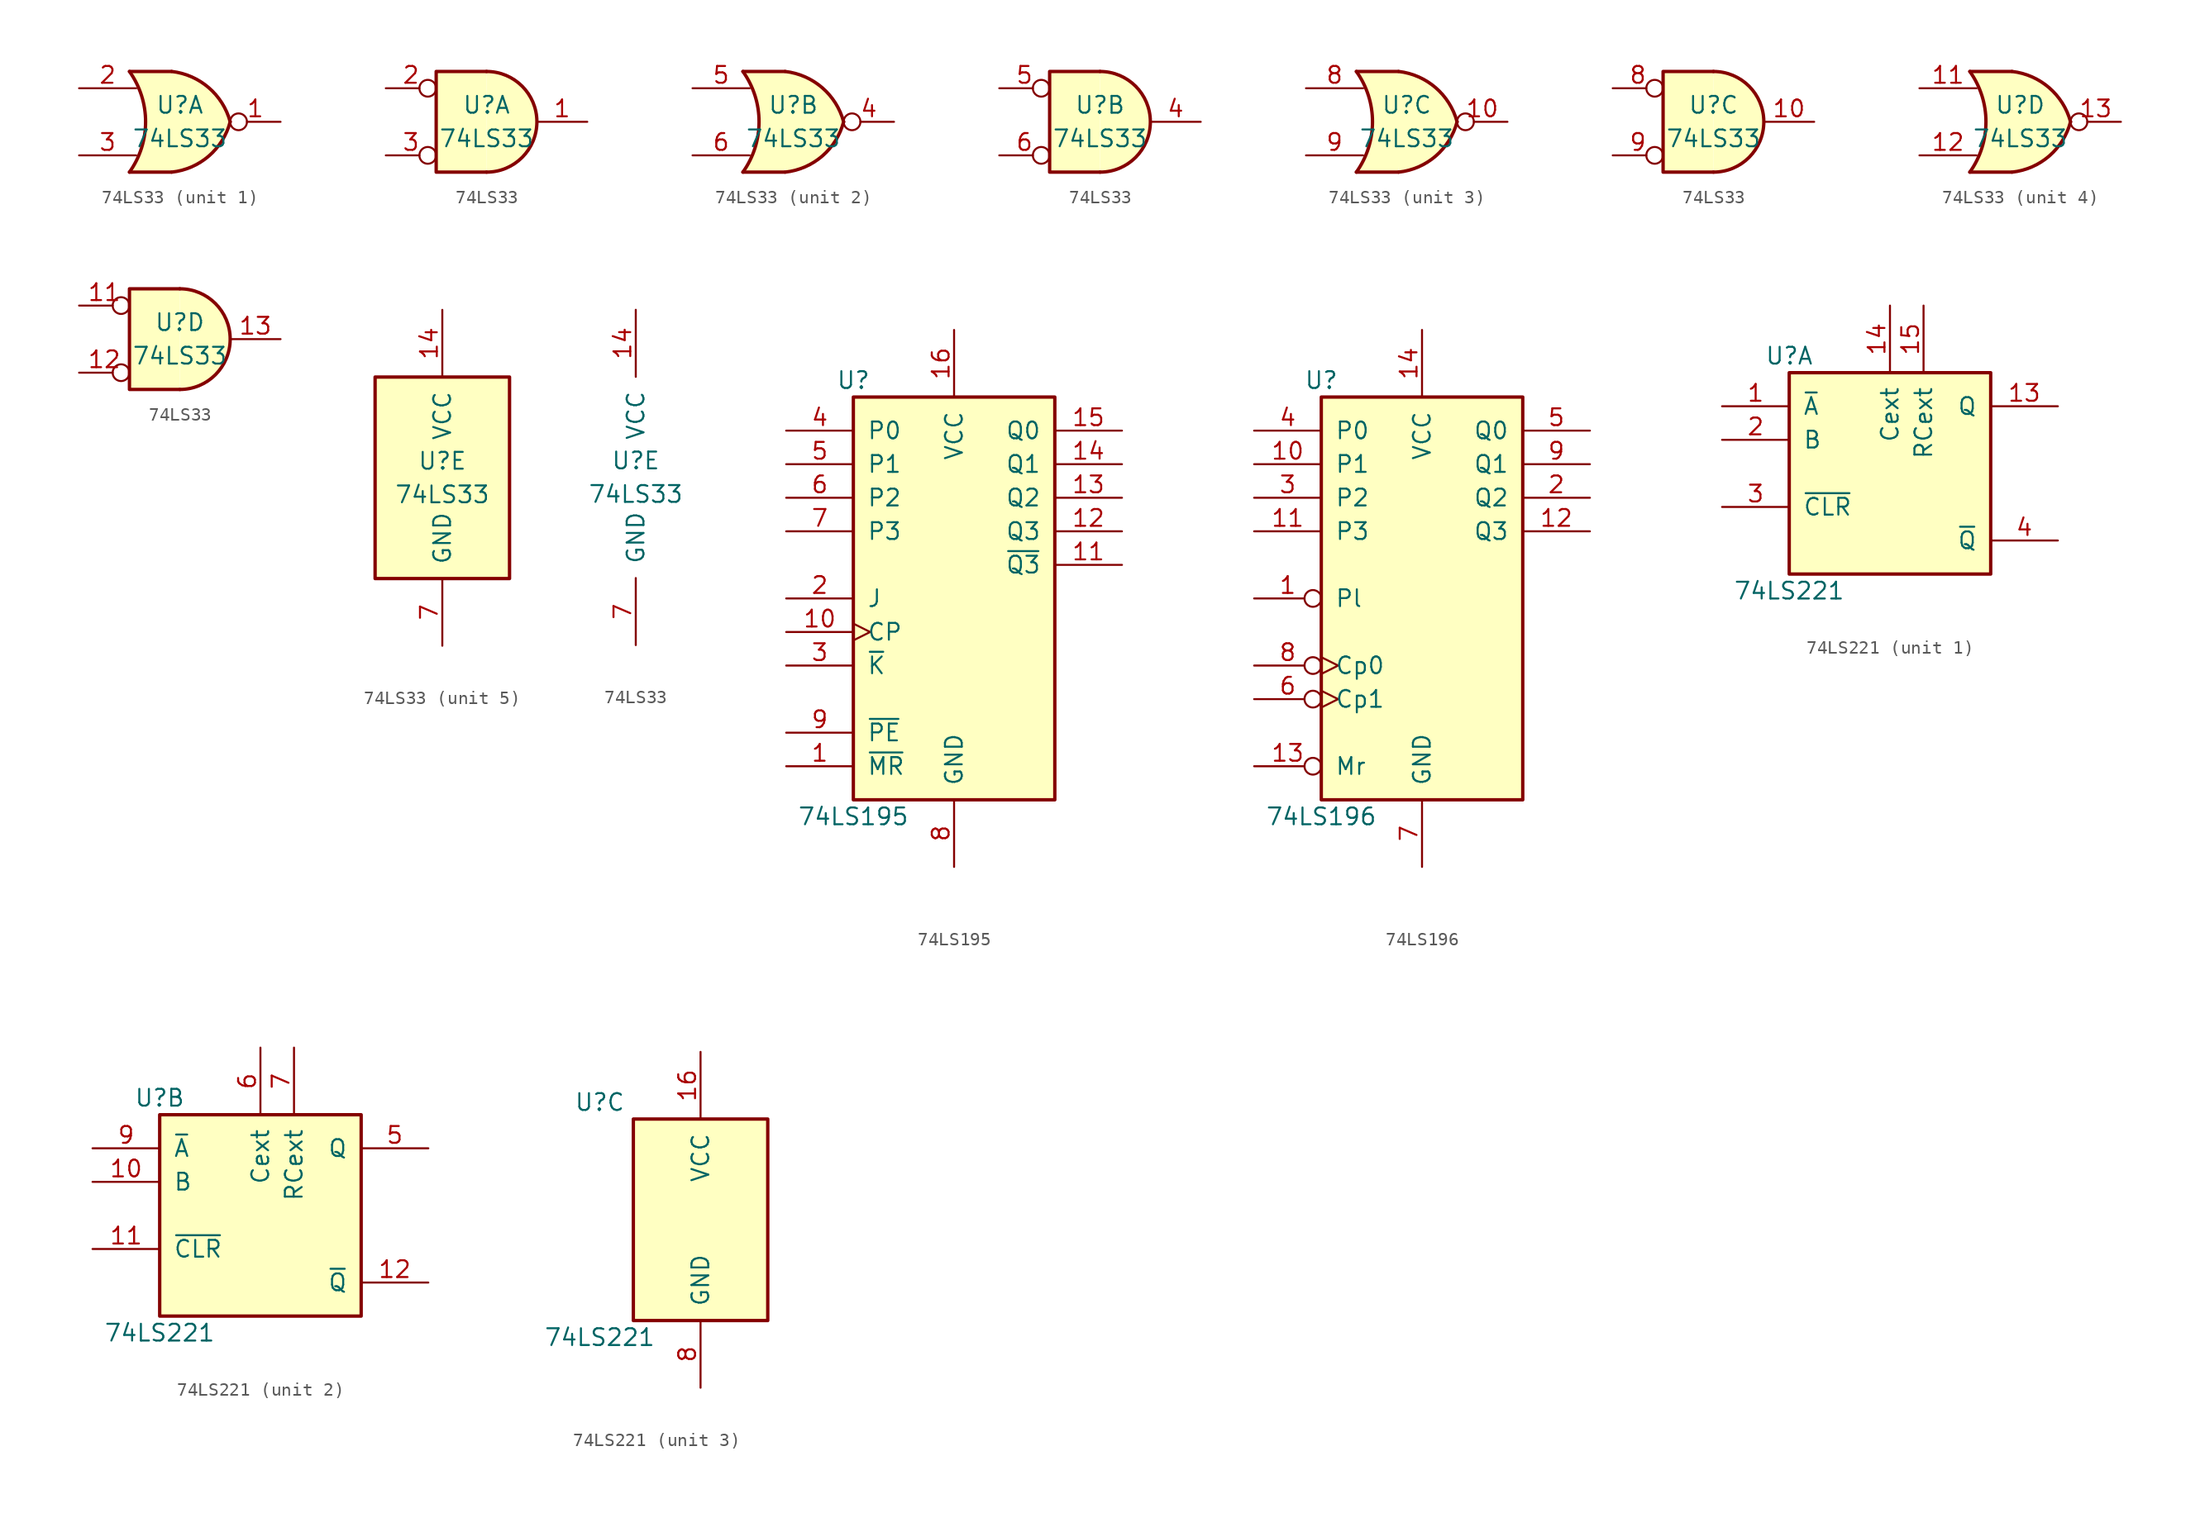
<source format=kicad_sym>
(kicad_symbol_lib
  (version 20201005)
  (generator kicad_symbol_editor)
  (symbol "74LS33"
    (pin_names
      (offset 1.016))
    (property "Reference" "U"
      (at 0 1.27 0)
      (effects (font (size 1.27 1.27))))
    (property "Value" "74LS33"
      (at 0 -1.27 0)
      (effects (font (size 1.27 1.27))))
    (property "ki_locked" ""
      (at 0 0 0)
      (effects (font (size 1.27 1.27))))
    (symbol "74LS33_1_1"
      (arc (start -3.81 3.81) (end -3.81 -3.81) (radius (at -9.144 0) (length 6.5532) (angles 35.4 -35.4)) (stroke (width 0.254)) (fill (type none)))
      (arc (start 3.81 0) (end -0.6096 3.81) (radius (at -1.1938 -1.3208) (length 5.1816) (angles 15 83.7)) (stroke (width 0.254)) (fill (type background)))
      (arc (start 3.81 0) (end -0.6096 -3.81) (radius (at -1.1938 1.3208) (length 5.1816) (angles -15 -83.7)) (stroke (width 0.254)) (fill (type background)))
      (polyline (pts (xy -3.81 -3.81) (xy -0.635 -3.81)) (stroke (width 0.254)) (fill (type background)))
      (polyline (pts (xy -3.81 3.81) (xy -0.635 3.81)) (stroke (width 0.254)) (fill (type background)))
      (polyline (pts (xy -0.635 3.81) (xy -3.81 3.81) (xy -3.81 3.81) (xy -3.556 3.404) (xy -3.023 2.261) (xy -2.692 1.041) (xy -2.616 -0.254) (xy -2.769 -1.499) (xy -3.175 -2.718) (xy -3.81 -3.81) (xy -3.81 -3.81) (xy -0.635 -3.81)) (stroke (width -25.4)) (fill (type background)))
      (pin open_collector inverted (at 7.62 0 180) (length 3.81) (name "~" (effects (font (size 1.27 1.27)))) (number "1" (effects (font (size 1.27 1.27)))))
      (pin input line (at -7.62 2.54 0) (length 4.318) (name "~" (effects (font (size 1.27 1.27)))) (number "2" (effects (font (size 1.27 1.27)))))
      (pin input line (at -7.62 -2.54 0) (length 4.318) (name "~" (effects (font (size 1.27 1.27)))) (number "3" (effects (font (size 1.27 1.27))))))
    (symbol "74LS33_1_2"
      (arc (start 0 -3.81) (end 0 3.81) (radius (at 0 0) (length 3.81) (angles -89.9 89.9)) (stroke (width 0.254)) (fill (type background)))
      (polyline (pts (xy 0 3.81) (xy -3.81 3.81) (xy -3.81 -3.81) (xy 0 -3.81)) (stroke (width 0.254)) (fill (type background)))
      (pin open_collector line (at 7.62 0 180) (length 3.81) (name "~" (effects (font (size 1.27 1.27)))) (number "1" (effects (font (size 1.27 1.27)))))
      (pin input inverted (at -7.62 2.54 0) (length 3.81) (name "~" (effects (font (size 1.27 1.27)))) (number "2" (effects (font (size 1.27 1.27)))))
      (pin input inverted (at -7.62 -2.54 0) (length 3.81) (name "~" (effects (font (size 1.27 1.27)))) (number "3" (effects (font (size 1.27 1.27))))))
    (symbol "74LS33_2_1"
      (arc (start -3.81 3.81) (end -3.81 -3.81) (radius (at -9.144 0) (length 6.5532) (angles 35.4 -35.4)) (stroke (width 0.254)) (fill (type none)))
      (arc (start 3.81 0) (end -0.6096 3.81) (radius (at -1.1938 -1.3208) (length 5.1816) (angles 15 83.7)) (stroke (width 0.254)) (fill (type background)))
      (arc (start 3.81 0) (end -0.6096 -3.81) (radius (at -1.1938 1.3208) (length 5.1816) (angles -15 -83.7)) (stroke (width 0.254)) (fill (type background)))
      (polyline (pts (xy -3.81 -3.81) (xy -0.635 -3.81)) (stroke (width 0.254)) (fill (type background)))
      (polyline (pts (xy -3.81 3.81) (xy -0.635 3.81)) (stroke (width 0.254)) (fill (type background)))
      (polyline (pts (xy -0.635 3.81) (xy -3.81 3.81) (xy -3.81 3.81) (xy -3.556 3.404) (xy -3.023 2.261) (xy -2.692 1.041) (xy -2.616 -0.254) (xy -2.769 -1.499) (xy -3.175 -2.718) (xy -3.81 -3.81) (xy -3.81 -3.81) (xy -0.635 -3.81)) (stroke (width -25.4)) (fill (type background)))
      (pin open_collector inverted (at 7.62 0 180) (length 3.81) (name "~" (effects (font (size 1.27 1.27)))) (number "4" (effects (font (size 1.27 1.27)))))
      (pin input line (at -7.62 2.54 0) (length 4.318) (name "~" (effects (font (size 1.27 1.27)))) (number "5" (effects (font (size 1.27 1.27)))))
      (pin input line (at -7.62 -2.54 0) (length 4.318) (name "~" (effects (font (size 1.27 1.27)))) (number "6" (effects (font (size 1.27 1.27))))))
    (symbol "74LS33_2_2"
      (arc (start 0 -3.81) (end 0 3.81) (radius (at 0 0) (length 3.81) (angles -89.9 89.9)) (stroke (width 0.254)) (fill (type background)))
      (polyline (pts (xy 0 3.81) (xy -3.81 3.81) (xy -3.81 -3.81) (xy 0 -3.81)) (stroke (width 0.254)) (fill (type background)))
      (pin open_collector line (at 7.62 0 180) (length 3.81) (name "~" (effects (font (size 1.27 1.27)))) (number "4" (effects (font (size 1.27 1.27)))))
      (pin input inverted (at -7.62 2.54 0) (length 3.81) (name "~" (effects (font (size 1.27 1.27)))) (number "5" (effects (font (size 1.27 1.27)))))
      (pin input inverted (at -7.62 -2.54 0) (length 3.81) (name "~" (effects (font (size 1.27 1.27)))) (number "6" (effects (font (size 1.27 1.27))))))
    (symbol "74LS33_3_1"
      (arc (start -3.81 3.81) (end -3.81 -3.81) (radius (at -9.144 0) (length 6.5532) (angles 35.4 -35.4)) (stroke (width 0.254)) (fill (type none)))
      (arc (start 3.81 0) (end -0.6096 3.81) (radius (at -1.1938 -1.3208) (length 5.1816) (angles 15 83.7)) (stroke (width 0.254)) (fill (type background)))
      (arc (start 3.81 0) (end -0.6096 -3.81) (radius (at -1.1938 1.3208) (length 5.1816) (angles -15 -83.7)) (stroke (width 0.254)) (fill (type background)))
      (polyline (pts (xy -3.81 -3.81) (xy -0.635 -3.81)) (stroke (width 0.254)) (fill (type background)))
      (polyline (pts (xy -3.81 3.81) (xy -0.635 3.81)) (stroke (width 0.254)) (fill (type background)))
      (polyline (pts (xy -0.635 3.81) (xy -3.81 3.81) (xy -3.81 3.81) (xy -3.556 3.404) (xy -3.023 2.261) (xy -2.692 1.041) (xy -2.616 -0.254) (xy -2.769 -1.499) (xy -3.175 -2.718) (xy -3.81 -3.81) (xy -3.81 -3.81) (xy -0.635 -3.81)) (stroke (width -25.4)) (fill (type background)))
      (pin open_collector inverted (at 7.62 0 180) (length 3.81) (name "~" (effects (font (size 1.27 1.27)))) (number "10" (effects (font (size 1.27 1.27)))))
      (pin input line (at -7.62 2.54 0) (length 4.318) (name "~" (effects (font (size 1.27 1.27)))) (number "8" (effects (font (size 1.27 1.27)))))
      (pin input line (at -7.62 -2.54 0) (length 4.318) (name "~" (effects (font (size 1.27 1.27)))) (number "9" (effects (font (size 1.27 1.27))))))
    (symbol "74LS33_3_2"
      (arc (start 0 -3.81) (end 0 3.81) (radius (at 0 0) (length 3.81) (angles -89.9 89.9)) (stroke (width 0.254)) (fill (type background)))
      (polyline (pts (xy 0 3.81) (xy -3.81 3.81) (xy -3.81 -3.81) (xy 0 -3.81)) (stroke (width 0.254)) (fill (type background)))
      (pin open_collector line (at 7.62 0 180) (length 3.81) (name "~" (effects (font (size 1.27 1.27)))) (number "10" (effects (font (size 1.27 1.27)))))
      (pin input inverted (at -7.62 2.54 0) (length 3.81) (name "~" (effects (font (size 1.27 1.27)))) (number "8" (effects (font (size 1.27 1.27)))))
      (pin input inverted (at -7.62 -2.54 0) (length 3.81) (name "~" (effects (font (size 1.27 1.27)))) (number "9" (effects (font (size 1.27 1.27))))))
    (symbol "74LS33_4_1"
      (arc (start -3.81 3.81) (end -3.81 -3.81) (radius (at -9.144 0) (length 6.5532) (angles 35.4 -35.4)) (stroke (width 0.254)) (fill (type none)))
      (arc (start 3.81 0) (end -0.6096 3.81) (radius (at -1.1938 -1.3208) (length 5.1816) (angles 15 83.7)) (stroke (width 0.254)) (fill (type background)))
      (arc (start 3.81 0) (end -0.6096 -3.81) (radius (at -1.1938 1.3208) (length 5.1816) (angles -15 -83.7)) (stroke (width 0.254)) (fill (type background)))
      (polyline (pts (xy -3.81 -3.81) (xy -0.635 -3.81)) (stroke (width 0.254)) (fill (type background)))
      (polyline (pts (xy -3.81 3.81) (xy -0.635 3.81)) (stroke (width 0.254)) (fill (type background)))
      (polyline (pts (xy -0.635 3.81) (xy -3.81 3.81) (xy -3.81 3.81) (xy -3.556 3.404) (xy -3.023 2.261) (xy -2.692 1.041) (xy -2.616 -0.254) (xy -2.769 -1.499) (xy -3.175 -2.718) (xy -3.81 -3.81) (xy -3.81 -3.81) (xy -0.635 -3.81)) (stroke (width -25.4)) (fill (type background)))
      (pin input line (at -7.62 2.54 0) (length 4.318) (name "~" (effects (font (size 1.27 1.27)))) (number "11" (effects (font (size 1.27 1.27)))))
      (pin input line (at -7.62 -2.54 0) (length 4.318) (name "~" (effects (font (size 1.27 1.27)))) (number "12" (effects (font (size 1.27 1.27)))))
      (pin open_collector inverted (at 7.62 0 180) (length 3.81) (name "~" (effects (font (size 1.27 1.27)))) (number "13" (effects (font (size 1.27 1.27))))))
    (symbol "74LS33_4_2"
      (arc (start 0 -3.81) (end 0 3.81) (radius (at 0 0) (length 3.81) (angles -89.9 89.9)) (stroke (width 0.254)) (fill (type background)))
      (polyline (pts (xy 0 3.81) (xy -3.81 3.81) (xy -3.81 -3.81) (xy 0 -3.81)) (stroke (width 0.254)) (fill (type background)))
      (pin input inverted (at -7.62 2.54 0) (length 3.81) (name "~" (effects (font (size 1.27 1.27)))) (number "11" (effects (font (size 1.27 1.27)))))
      (pin input inverted (at -7.62 -2.54 0) (length 3.81) (name "~" (effects (font (size 1.27 1.27)))) (number "12" (effects (font (size 1.27 1.27)))))
      (pin open_collector line (at 7.62 0 180) (length 3.81) (name "~" (effects (font (size 1.27 1.27)))) (number "13" (effects (font (size 1.27 1.27))))))
    (symbol "74LS33_5_0"
      (pin power_in line (at 0 12.7 270) (length 5.08) (name "VCC" (effects (font (size 1.27 1.27)))) (number "14" (effects (font (size 1.27 1.27)))))
      (pin power_in line (at 0 -12.7 90) (length 5.08) (name "GND" (effects (font (size 1.27 1.27)))) (number "7" (effects (font (size 1.27 1.27))))))
    (symbol "74LS33_5_1"
      (rectangle (start -5.08 7.62) (end 5.08 -7.62) (stroke (width 0.254)) (fill (type background)))))
  (symbol "74LS195"
    (pin_names
      (offset 1.016))
    (property "Reference" "U"
      (at -7.62 16.51 0)
      (effects (font (size 1.27 1.27))))
    (property "Value" "74LS195"
      (at -7.62 -16.51 0)
      (effects (font (size 1.27 1.27))))
    (property "ki_locked" ""
      (at 0 0 0)
      (effects (font (size 1.27 1.27))))
    (symbol "74LS195_1_0"
      (pin input line (at -12.7 -12.7 0) (length 5.08) (name "~MR" (effects (font (size 1.27 1.27)))) (number "1" (effects (font (size 1.27 1.27)))))
      (pin input clock (at -12.7 -2.54 0) (length 5.08) (name "CP" (effects (font (size 1.27 1.27)))) (number "10" (effects (font (size 1.27 1.27)))))
      (pin output line (at 12.7 2.54 180) (length 5.08) (name "~Q3" (effects (font (size 1.27 1.27)))) (number "11" (effects (font (size 1.27 1.27)))))
      (pin output line (at 12.7 5.08 180) (length 5.08) (name "Q3" (effects (font (size 1.27 1.27)))) (number "12" (effects (font (size 1.27 1.27)))))
      (pin output line (at 12.7 7.62 180) (length 5.08) (name "Q2" (effects (font (size 1.27 1.27)))) (number "13" (effects (font (size 1.27 1.27)))))
      (pin output line (at 12.7 10.16 180) (length 5.08) (name "Q1" (effects (font (size 1.27 1.27)))) (number "14" (effects (font (size 1.27 1.27)))))
      (pin output line (at 12.7 12.7 180) (length 5.08) (name "Q0" (effects (font (size 1.27 1.27)))) (number "15" (effects (font (size 1.27 1.27)))))
      (pin power_in line (at 0 20.32 270) (length 5.08) (name "VCC" (effects (font (size 1.27 1.27)))) (number "16" (effects (font (size 1.27 1.27)))))
      (pin input line (at -12.7 0 0) (length 5.08) (name "J" (effects (font (size 1.27 1.27)))) (number "2" (effects (font (size 1.27 1.27)))))
      (pin input line (at -12.7 -5.08 0) (length 5.08) (name "~K" (effects (font (size 1.27 1.27)))) (number "3" (effects (font (size 1.27 1.27)))))
      (pin input line (at -12.7 12.7 0) (length 5.08) (name "P0" (effects (font (size 1.27 1.27)))) (number "4" (effects (font (size 1.27 1.27)))))
      (pin input line (at -12.7 10.16 0) (length 5.08) (name "P1" (effects (font (size 1.27 1.27)))) (number "5" (effects (font (size 1.27 1.27)))))
      (pin input line (at -12.7 7.62 0) (length 5.08) (name "P2" (effects (font (size 1.27 1.27)))) (number "6" (effects (font (size 1.27 1.27)))))
      (pin input line (at -12.7 5.08 0) (length 5.08) (name "P3" (effects (font (size 1.27 1.27)))) (number "7" (effects (font (size 1.27 1.27)))))
      (pin power_in line (at 0 -20.32 90) (length 5.08) (name "GND" (effects (font (size 1.27 1.27)))) (number "8" (effects (font (size 1.27 1.27)))))
      (pin input line (at -12.7 -10.16 0) (length 5.08) (name "~PE" (effects (font (size 1.27 1.27)))) (number "9" (effects (font (size 1.27 1.27))))))
    (symbol "74LS195_1_1"
      (rectangle (start -7.62 15.24) (end 7.62 -15.24) (stroke (width 0.254)) (fill (type background)))))
  (symbol "74LS196"
    (pin_names
      (offset 1.016))
    (property "Reference" "U"
      (at -7.62 16.51 0)
      (effects (font (size 1.27 1.27))))
    (property "Value" "74LS196"
      (at -7.62 -16.51 0)
      (effects (font (size 1.27 1.27))))
    (property "ki_locked" ""
      (at 0 0 0)
      (effects (font (size 1.27 1.27))))
    (symbol "74LS196_1_0"
      (pin input inverted (at -12.7 0 0) (length 5.08) (name "Pl" (effects (font (size 1.27 1.27)))) (number "1" (effects (font (size 1.27 1.27)))))
      (pin input line (at -12.7 10.16 0) (length 5.08) (name "P1" (effects (font (size 1.27 1.27)))) (number "10" (effects (font (size 1.27 1.27)))))
      (pin input line (at -12.7 5.08 0) (length 5.08) (name "P3" (effects (font (size 1.27 1.27)))) (number "11" (effects (font (size 1.27 1.27)))))
      (pin output line (at 12.7 5.08 180) (length 5.08) (name "Q3" (effects (font (size 1.27 1.27)))) (number "12" (effects (font (size 1.27 1.27)))))
      (pin input inverted (at -12.7 -12.7 0) (length 5.08) (name "Mr" (effects (font (size 1.27 1.27)))) (number "13" (effects (font (size 1.27 1.27)))))
      (pin power_in line (at 0 20.32 270) (length 5.08) (name "VCC" (effects (font (size 1.27 1.27)))) (number "14" (effects (font (size 1.27 1.27)))))
      (pin output line (at 12.7 7.62 180) (length 5.08) (name "Q2" (effects (font (size 1.27 1.27)))) (number "2" (effects (font (size 1.27 1.27)))))
      (pin input line (at -12.7 7.62 0) (length 5.08) (name "P2" (effects (font (size 1.27 1.27)))) (number "3" (effects (font (size 1.27 1.27)))))
      (pin input line (at -12.7 12.7 0) (length 5.08) (name "P0" (effects (font (size 1.27 1.27)))) (number "4" (effects (font (size 1.27 1.27)))))
      (pin output line (at 12.7 12.7 180) (length 5.08) (name "Q0" (effects (font (size 1.27 1.27)))) (number "5" (effects (font (size 1.27 1.27)))))
      (pin input inverted_clock (at -12.7 -7.62 0) (length 5.08) (name "Cp1" (effects (font (size 1.27 1.27)))) (number "6" (effects (font (size 1.27 1.27)))))
      (pin power_in line (at 0 -20.32 90) (length 5.08) (name "GND" (effects (font (size 1.27 1.27)))) (number "7" (effects (font (size 1.27 1.27)))))
      (pin input inverted_clock (at -12.7 -5.08 0) (length 5.08) (name "Cp0" (effects (font (size 1.27 1.27)))) (number "8" (effects (font (size 1.27 1.27)))))
      (pin output line (at 12.7 10.16 180) (length 5.08) (name "Q1" (effects (font (size 1.27 1.27)))) (number "9" (effects (font (size 1.27 1.27))))))
    (symbol "74LS196_1_1"
      (rectangle (start -7.62 15.24) (end 7.62 -15.24) (stroke (width 0.254)) (fill (type background)))))
  (symbol "74LS221"
    (pin_names
      (offset 1.016))
    (property "Reference" "U"
      (at -7.62 8.89 0)
      (effects (font (size 1.27 1.27))))
    (property "Value" "74LS221"
      (at -7.62 -8.89 0)
      (effects (font (size 1.27 1.27))))
    (property "ki_locked" ""
      (at 0 0 0)
      (effects (font (size 1.27 1.27))))
    (symbol "74LS221_1_0"
      (pin input line (at -12.7 5.08 0) (length 5.08) (name "~A" (effects (font (size 1.27 1.27)))) (number "1" (effects (font (size 1.27 1.27)))))
      (pin output line (at 12.7 5.08 180) (length 5.08) (name "Q" (effects (font (size 1.27 1.27)))) (number "13" (effects (font (size 1.27 1.27)))))
      (pin input line (at 0 12.7 270) (length 5.08) (name "Cext" (effects (font (size 1.27 1.27)))) (number "14" (effects (font (size 1.27 1.27)))))
      (pin input line (at 2.54 12.7 270) (length 5.08) (name "RCext" (effects (font (size 1.27 1.27)))) (number "15" (effects (font (size 1.27 1.27)))))
      (pin input line (at -12.7 2.54 0) (length 5.08) (name "B" (effects (font (size 1.27 1.27)))) (number "2" (effects (font (size 1.27 1.27)))))
      (pin input line (at -12.7 -2.54 0) (length 5.08) (name "~CLR" (effects (font (size 1.27 1.27)))) (number "3" (effects (font (size 1.27 1.27)))))
      (pin output line (at 12.7 -5.08 180) (length 5.08) (name "~Q" (effects (font (size 1.27 1.27)))) (number "4" (effects (font (size 1.27 1.27))))))
    (symbol "74LS221_1_1"
      (rectangle (start -7.62 7.62) (end 7.62 -7.62) (stroke (width 0.254)) (fill (type background))))
    (symbol "74LS221_2_0"
      (pin input line (at -12.7 2.54 0) (length 5.08) (name "B" (effects (font (size 1.27 1.27)))) (number "10" (effects (font (size 1.27 1.27)))))
      (pin input line (at -12.7 -2.54 0) (length 5.08) (name "~CLR" (effects (font (size 1.27 1.27)))) (number "11" (effects (font (size 1.27 1.27)))))
      (pin output line (at 12.7 -5.08 180) (length 5.08) (name "~Q" (effects (font (size 1.27 1.27)))) (number "12" (effects (font (size 1.27 1.27)))))
      (pin output line (at 12.7 5.08 180) (length 5.08) (name "Q" (effects (font (size 1.27 1.27)))) (number "5" (effects (font (size 1.27 1.27)))))
      (pin input line (at 0 12.7 270) (length 5.08) (name "Cext" (effects (font (size 1.27 1.27)))) (number "6" (effects (font (size 1.27 1.27)))))
      (pin input line (at 2.54 12.7 270) (length 5.08) (name "RCext" (effects (font (size 1.27 1.27)))) (number "7" (effects (font (size 1.27 1.27)))))
      (pin input line (at -12.7 5.08 0) (length 5.08) (name "~A" (effects (font (size 1.27 1.27)))) (number "9" (effects (font (size 1.27 1.27))))))
    (symbol "74LS221_2_1"
      (rectangle (start -7.62 7.62) (end 7.62 -7.62) (stroke (width 0.254)) (fill (type background))))
    (symbol "74LS221_3_0"
      (pin power_in line (at 0 12.7 270) (length 5.08) (name "VCC" (effects (font (size 1.27 1.27)))) (number "16" (effects (font (size 1.27 1.27)))))
      (pin power_in line (at 0 -12.7 90) (length 5.08) (name "GND" (effects (font (size 1.27 1.27)))) (number "8" (effects (font (size 1.27 1.27))))))
    (symbol "74LS221_3_1"
      (rectangle (start -5.08 7.62) (end 5.08 -7.62) (stroke (width 0.254)) (fill (type background))))))
</source>
